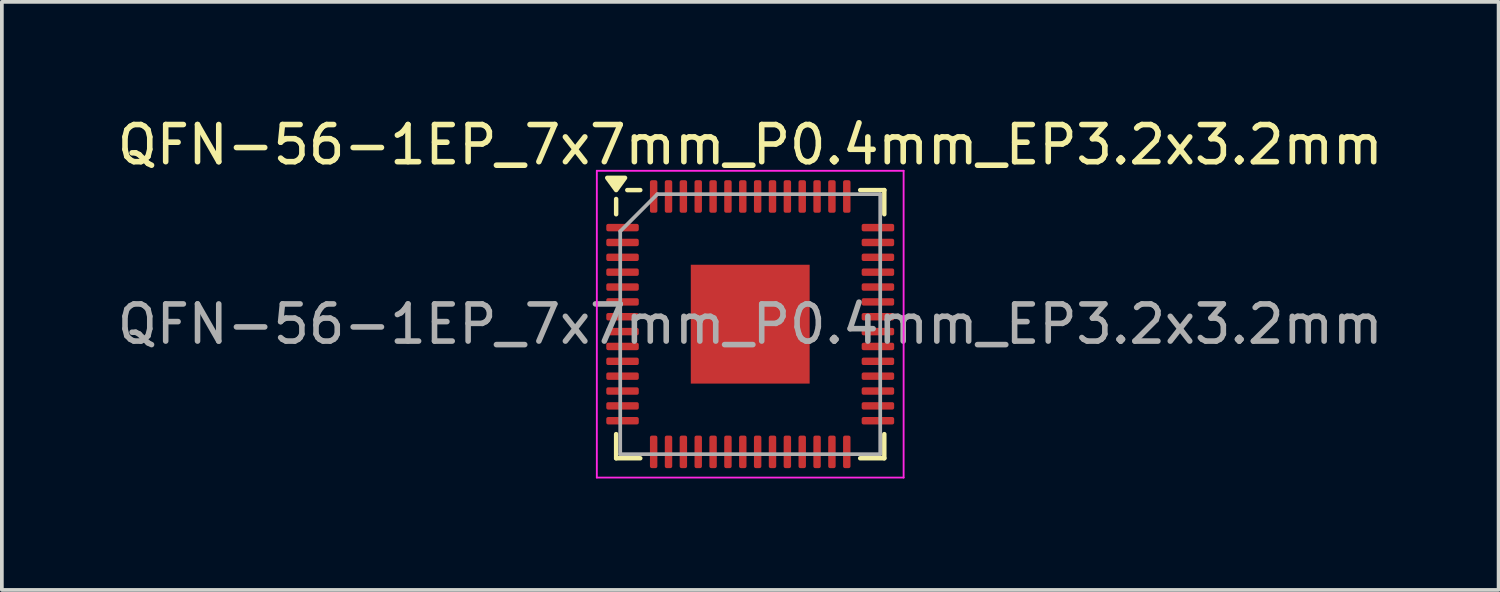
<source format=kicad_pcb>
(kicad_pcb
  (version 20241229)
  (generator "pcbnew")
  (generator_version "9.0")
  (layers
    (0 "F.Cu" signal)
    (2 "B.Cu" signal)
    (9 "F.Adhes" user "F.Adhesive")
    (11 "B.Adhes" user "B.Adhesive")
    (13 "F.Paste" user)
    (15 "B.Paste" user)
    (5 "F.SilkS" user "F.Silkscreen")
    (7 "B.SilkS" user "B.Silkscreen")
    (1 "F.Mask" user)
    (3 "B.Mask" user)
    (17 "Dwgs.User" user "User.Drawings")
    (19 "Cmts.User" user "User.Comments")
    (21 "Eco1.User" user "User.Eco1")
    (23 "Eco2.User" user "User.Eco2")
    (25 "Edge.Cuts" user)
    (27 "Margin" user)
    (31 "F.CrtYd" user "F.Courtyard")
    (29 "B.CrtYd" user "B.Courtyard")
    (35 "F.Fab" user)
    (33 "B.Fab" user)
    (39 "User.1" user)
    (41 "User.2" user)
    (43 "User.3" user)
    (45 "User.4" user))
  (footprint "QFN-56-1EP_7x7mm_P0.4mm_EP3.2x3.2mm"
    (layer "F.Cu")
    (at 17.149 5.678)
    (property "Reference" "QFN-56-1EP_7x7mm_P0.4mm_EP3.2x3.2mm" (at 0 -4.83 0) (layer "F.SilkS") (effects (font (size 1 1) (thickness 0.15))))
    (attr smd)
    (fp_line (start -3.61 -2.96) (end -3.61 -3.37) (stroke (width 0.12) (type solid)) (layer "F.SilkS"))
    (fp_line (start -3.61 3.61) (end -3.61 2.96) (stroke (width 0.12) (type solid)) (layer "F.SilkS"))
    (fp_line (start -2.96 -3.61) (end -3.31 -3.61) (stroke (width 0.12) (type solid)) (layer "F.SilkS"))
    (fp_line (start -2.96 3.61) (end -3.61 3.61) (stroke (width 0.12) (type solid)) (layer "F.SilkS"))
    (fp_line (start 2.96 -3.61) (end 3.61 -3.61) (stroke (width 0.12) (type solid)) (layer "F.SilkS"))
    (fp_line (start 2.96 3.61) (end 3.61 3.61) (stroke (width 0.12) (type solid)) (layer "F.SilkS"))
    (fp_line (start 3.61 -3.61) (end 3.61 -2.96) (stroke (width 0.12) (type solid)) (layer "F.SilkS"))
    (fp_line (start 3.61 3.61) (end 3.61 2.96) (stroke (width 0.12) (type solid)) (layer "F.SilkS"))
    (fp_poly (pts (xy -3.61 -3.61) (xy -3.85 -3.94) (xy -3.37 -3.94) (xy -3.61 -3.61)) (stroke (width 0.12) (type solid)) (fill yes) (layer "F.SilkS"))
    (fp_line (start -4.13 -4.13) (end -4.13 4.13) (stroke (width 0.05) (type solid)) (layer "F.CrtYd"))
    (fp_line (start -4.13 4.13) (end 4.13 4.13) (stroke (width 0.05) (type solid)) (layer "F.CrtYd"))
    (fp_line (start 4.13 -4.13) (end -4.13 -4.13) (stroke (width 0.05) (type solid)) (layer "F.CrtYd"))
    (fp_line (start 4.13 4.13) (end 4.13 -4.13) (stroke (width 0.05) (type solid)) (layer "F.CrtYd"))
    (fp_line (start -3.5 -2.5) (end -2.5 -3.5) (stroke (width 0.1) (type solid)) (layer "F.Fab"))
    (fp_line (start -3.5 3.5) (end -3.5 -2.5) (stroke (width 0.1) (type solid)) (layer "F.Fab"))
    (fp_line (start -2.5 -3.5) (end 3.5 -3.5) (stroke (width 0.1) (type solid)) (layer "F.Fab"))
    (fp_line (start 3.5 -3.5) (end 3.5 3.5) (stroke (width 0.1) (type solid)) (layer "F.Fab"))
    (fp_line (start 3.5 3.5) (end -3.5 3.5) (stroke (width 0.1) (type solid)) (layer "F.Fab"))
    (fp_text user "${REFERENCE}" (at 0 0 0) (layer "F.Fab") (effects (font (size 1 1) (thickness 0.15))))
    (pad "" smd roundrect (at -0.8 -0.8) (size 1.29 1.29) (layers "F.Paste") (roundrect_rratio 0.194))
    (pad "" smd roundrect (at -0.8 0.8) (size 1.29 1.29) (layers "F.Paste") (roundrect_rratio 0.194))
    (pad "" smd roundrect (at 0.8 -0.8) (size 1.29 1.29) (layers "F.Paste") (roundrect_rratio 0.194))
    (pad "" smd roundrect (at 0.8 0.8) (size 1.29 1.29) (layers "F.Paste") (roundrect_rratio 0.194))
    (pad "1" smd roundrect (at -3.438 -2.6) (size 0.875 0.2) (layers "F.Cu" "F.Mask" "F.Paste") (roundrect_rratio 0.25))
    (pad "2" smd roundrect (at -3.438 -2.2) (size 0.875 0.2) (layers "F.Cu" "F.Mask" "F.Paste") (roundrect_rratio 0.25))
    (pad "3" smd roundrect (at -3.438 -1.8) (size 0.875 0.2) (layers "F.Cu" "F.Mask" "F.Paste") (roundrect_rratio 0.25))
    (pad "4" smd roundrect (at -3.438 -1.4) (size 0.875 0.2) (layers "F.Cu" "F.Mask" "F.Paste") (roundrect_rratio 0.25))
    (pad "5" smd roundrect (at -3.438 -1) (size 0.875 0.2) (layers "F.Cu" "F.Mask" "F.Paste") (roundrect_rratio 0.25))
    (pad "6" smd roundrect (at -3.438 -0.6) (size 0.875 0.2) (layers "F.Cu" "F.Mask" "F.Paste") (roundrect_rratio 0.25))
    (pad "7" smd roundrect (at -3.438 -0.2) (size 0.875 0.2) (layers "F.Cu" "F.Mask" "F.Paste") (roundrect_rratio 0.25))
    (pad "8" smd roundrect (at -3.438 0.2) (size 0.875 0.2) (layers "F.Cu" "F.Mask" "F.Paste") (roundrect_rratio 0.25))
    (pad "9" smd roundrect (at -3.438 0.6) (size 0.875 0.2) (layers "F.Cu" "F.Mask" "F.Paste") (roundrect_rratio 0.25))
    (pad "10" smd roundrect (at -3.438 1) (size 0.875 0.2) (layers "F.Cu" "F.Mask" "F.Paste") (roundrect_rratio 0.25))
    (pad "11" smd roundrect (at -3.438 1.4) (size 0.875 0.2) (layers "F.Cu" "F.Mask" "F.Paste") (roundrect_rratio 0.25))
    (pad "12" smd roundrect (at -3.438 1.8) (size 0.875 0.2) (layers "F.Cu" "F.Mask" "F.Paste") (roundrect_rratio 0.25))
    (pad "13" smd roundrect (at -3.438 2.2) (size 0.875 0.2) (layers "F.Cu" "F.Mask" "F.Paste") (roundrect_rratio 0.25))
    (pad "14" smd roundrect (at -3.438 2.6) (size 0.875 0.2) (layers "F.Cu" "F.Mask" "F.Paste") (roundrect_rratio 0.25))
    (pad "15" smd roundrect (at -2.6 3.438) (size 0.2 0.875) (layers "F.Cu" "F.Mask" "F.Paste") (roundrect_rratio 0.25))
    (pad "16" smd roundrect (at -2.2 3.438) (size 0.2 0.875) (layers "F.Cu" "F.Mask" "F.Paste") (roundrect_rratio 0.25))
    (pad "17" smd roundrect (at -1.8 3.438) (size 0.2 0.875) (layers "F.Cu" "F.Mask" "F.Paste") (roundrect_rratio 0.25))
    (pad "18" smd roundrect (at -1.4 3.438) (size 0.2 0.875) (layers "F.Cu" "F.Mask" "F.Paste") (roundrect_rratio 0.25))
    (pad "19" smd roundrect (at -1 3.438) (size 0.2 0.875) (layers "F.Cu" "F.Mask" "F.Paste") (roundrect_rratio 0.25))
    (pad "20" smd roundrect (at -0.6 3.438) (size 0.2 0.875) (layers "F.Cu" "F.Mask" "F.Paste") (roundrect_rratio 0.25))
    (pad "21" smd roundrect (at -0.2 3.438) (size 0.2 0.875) (layers "F.Cu" "F.Mask" "F.Paste") (roundrect_rratio 0.25))
    (pad "22" smd roundrect (at 0.2 3.438) (size 0.2 0.875) (layers "F.Cu" "F.Mask" "F.Paste") (roundrect_rratio 0.25))
    (pad "23" smd roundrect (at 0.6 3.438) (size 0.2 0.875) (layers "F.Cu" "F.Mask" "F.Paste") (roundrect_rratio 0.25))
    (pad "24" smd roundrect (at 1 3.438) (size 0.2 0.875) (layers "F.Cu" "F.Mask" "F.Paste") (roundrect_rratio 0.25))
    (pad "25" smd roundrect (at 1.4 3.438) (size 0.2 0.875) (layers "F.Cu" "F.Mask" "F.Paste") (roundrect_rratio 0.25))
    (pad "26" smd roundrect (at 1.8 3.438) (size 0.2 0.875) (layers "F.Cu" "F.Mask" "F.Paste") (roundrect_rratio 0.25))
    (pad "27" smd roundrect (at 2.2 3.438) (size 0.2 0.875) (layers "F.Cu" "F.Mask" "F.Paste") (roundrect_rratio 0.25))
    (pad "28" smd roundrect (at 2.6 3.438) (size 0.2 0.875) (layers "F.Cu" "F.Mask" "F.Paste") (roundrect_rratio 0.25))
    (pad "29" smd roundrect (at 3.438 2.6) (size 0.875 0.2) (layers "F.Cu" "F.Mask" "F.Paste") (roundrect_rratio 0.25))
    (pad "30" smd roundrect (at 3.438 2.2) (size 0.875 0.2) (layers "F.Cu" "F.Mask" "F.Paste") (roundrect_rratio 0.25))
    (pad "31" smd roundrect (at 3.438 1.8) (size 0.875 0.2) (layers "F.Cu" "F.Mask" "F.Paste") (roundrect_rratio 0.25))
    (pad "32" smd roundrect (at 3.438 1.4) (size 0.875 0.2) (layers "F.Cu" "F.Mask" "F.Paste") (roundrect_rratio 0.25))
    (pad "33" smd roundrect (at 3.438 1) (size 0.875 0.2) (layers "F.Cu" "F.Mask" "F.Paste") (roundrect_rratio 0.25))
    (pad "34" smd roundrect (at 3.438 0.6) (size 0.875 0.2) (layers "F.Cu" "F.Mask" "F.Paste") (roundrect_rratio 0.25))
    (pad "35" smd roundrect (at 3.438 0.2) (size 0.875 0.2) (layers "F.Cu" "F.Mask" "F.Paste") (roundrect_rratio 0.25))
    (pad "36" smd roundrect (at 3.438 -0.2) (size 0.875 0.2) (layers "F.Cu" "F.Mask" "F.Paste") (roundrect_rratio 0.25))
    (pad "37" smd roundrect (at 3.438 -0.6) (size 0.875 0.2) (layers "F.Cu" "F.Mask" "F.Paste") (roundrect_rratio 0.25))
    (pad "38" smd roundrect (at 3.438 -1) (size 0.875 0.2) (layers "F.Cu" "F.Mask" "F.Paste") (roundrect_rratio 0.25))
    (pad "39" smd roundrect (at 3.438 -1.4) (size 0.875 0.2) (layers "F.Cu" "F.Mask" "F.Paste") (roundrect_rratio 0.25))
    (pad "40" smd roundrect (at 3.438 -1.8) (size 0.875 0.2) (layers "F.Cu" "F.Mask" "F.Paste") (roundrect_rratio 0.25))
    (pad "41" smd roundrect (at 3.438 -2.2) (size 0.875 0.2) (layers "F.Cu" "F.Mask" "F.Paste") (roundrect_rratio 0.25))
    (pad "42" smd roundrect (at 3.438 -2.6) (size 0.875 0.2) (layers "F.Cu" "F.Mask" "F.Paste") (roundrect_rratio 0.25))
    (pad "43" smd roundrect (at 2.6 -3.438) (size 0.2 0.875) (layers "F.Cu" "F.Mask" "F.Paste") (roundrect_rratio 0.25))
    (pad "44" smd roundrect (at 2.2 -3.438) (size 0.2 0.875) (layers "F.Cu" "F.Mask" "F.Paste") (roundrect_rratio 0.25))
    (pad "45" smd roundrect (at 1.8 -3.438) (size 0.2 0.875) (layers "F.Cu" "F.Mask" "F.Paste") (roundrect_rratio 0.25))
    (pad "46" smd roundrect (at 1.4 -3.438) (size 0.2 0.875) (layers "F.Cu" "F.Mask" "F.Paste") (roundrect_rratio 0.25))
    (pad "47" smd roundrect (at 1 -3.438) (size 0.2 0.875) (layers "F.Cu" "F.Mask" "F.Paste") (roundrect_rratio 0.25))
    (pad "48" smd roundrect (at 0.6 -3.438) (size 0.2 0.875) (layers "F.Cu" "F.Mask" "F.Paste") (roundrect_rratio 0.25))
    (pad "49" smd roundrect (at 0.2 -3.438) (size 0.2 0.875) (layers "F.Cu" "F.Mask" "F.Paste") (roundrect_rratio 0.25))
    (pad "50" smd roundrect (at -0.2 -3.438) (size 0.2 0.875) (layers "F.Cu" "F.Mask" "F.Paste") (roundrect_rratio 0.25))
    (pad "51" smd roundrect (at -0.6 -3.438) (size 0.2 0.875) (layers "F.Cu" "F.Mask" "F.Paste") (roundrect_rratio 0.25))
    (pad "52" smd roundrect (at -1 -3.438) (size 0.2 0.875) (layers "F.Cu" "F.Mask" "F.Paste") (roundrect_rratio 0.25))
    (pad "53" smd roundrect (at -1.4 -3.438) (size 0.2 0.875) (layers "F.Cu" "F.Mask" "F.Paste") (roundrect_rratio 0.25))
    (pad "54" smd roundrect (at -1.8 -3.438) (size 0.2 0.875) (layers "F.Cu" "F.Mask" "F.Paste") (roundrect_rratio 0.25))
    (pad "55" smd roundrect (at -2.2 -3.438) (size 0.2 0.875) (layers "F.Cu" "F.Mask" "F.Paste") (roundrect_rratio 0.25))
    (pad "56" smd roundrect (at -2.6 -3.438) (size 0.2 0.875) (layers "F.Cu" "F.Mask" "F.Paste") (roundrect_rratio 0.25))
    (pad "57" smd rect (at 0 0) (size 3.2 3.2) (property pad_prop_heatsink) (layers "F.Cu" "F.Mask")))
  (gr_rect
    (start -3 -3)
    (end 37.298 12.833)
    (stroke (width 0.1) (type default))
    (fill no)
    (layer "Edge.Cuts")))
</source>
